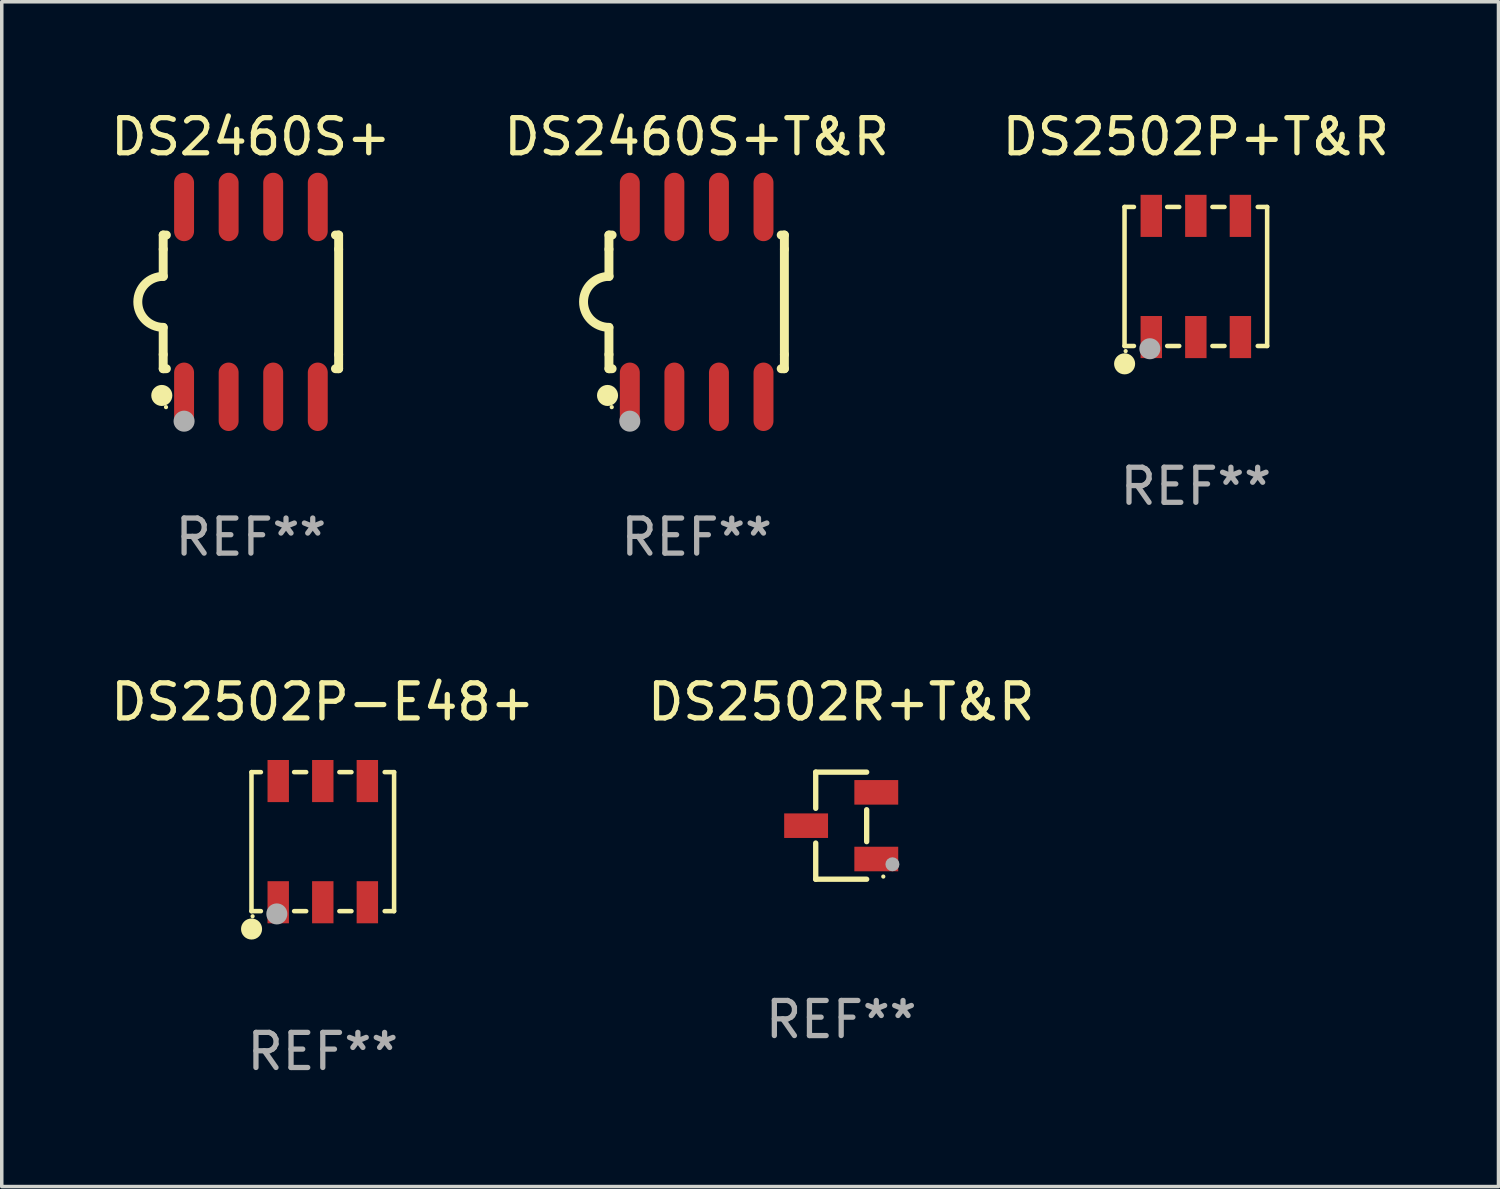
<source format=kicad_pcb>
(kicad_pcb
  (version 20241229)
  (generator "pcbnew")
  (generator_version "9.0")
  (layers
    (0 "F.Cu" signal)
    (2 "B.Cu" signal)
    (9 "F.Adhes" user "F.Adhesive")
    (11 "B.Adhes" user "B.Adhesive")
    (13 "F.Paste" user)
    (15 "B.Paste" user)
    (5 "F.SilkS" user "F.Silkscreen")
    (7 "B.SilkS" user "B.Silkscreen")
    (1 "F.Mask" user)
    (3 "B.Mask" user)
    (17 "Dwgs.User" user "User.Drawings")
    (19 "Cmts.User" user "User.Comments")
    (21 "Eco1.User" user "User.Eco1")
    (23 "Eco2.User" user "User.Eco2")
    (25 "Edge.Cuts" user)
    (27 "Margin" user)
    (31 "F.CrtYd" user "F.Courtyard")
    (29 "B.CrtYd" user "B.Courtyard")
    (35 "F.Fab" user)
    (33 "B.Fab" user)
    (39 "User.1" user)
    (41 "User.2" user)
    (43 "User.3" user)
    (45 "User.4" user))
  (footprint "DS2502P+T&R"
    (layer "F.Cu")
    (at 31.03 4.829)
    (property "Reference" "DS2502P+T&R" (at 0 -3.981 0) (layer "F.SilkS") (effects (font (size 1 1) (thickness 0.15))))
    (attr through_hole)
    (fp_line (start -2.032 -1.981) (end -2.032 1.981) (stroke (width 0.129) (type solid)) (layer "F.SilkS"))
    (fp_line (start -1.764 -1.981) (end -2.032 -1.981) (stroke (width 0.129) (type solid)) (layer "F.SilkS"))
    (fp_line (start -1.764 1.981) (end -2.032 1.981) (stroke (width 0.129) (type solid)) (layer "F.SilkS"))
    (fp_line (start -0.473 -1.981) (end -0.817 -1.981) (stroke (width 0.129) (type solid)) (layer "F.SilkS"))
    (fp_line (start -0.473 1.981) (end -0.817 1.981) (stroke (width 0.129) (type solid)) (layer "F.SilkS"))
    (fp_line (start 0.817 -1.981) (end 0.473 -1.981) (stroke (width 0.129) (type solid)) (layer "F.SilkS"))
    (fp_line (start 0.817 1.981) (end 0.473 1.981) (stroke (width 0.129) (type solid)) (layer "F.SilkS"))
    (fp_line (start 2.032 -1.981) (end 1.764 -1.981) (stroke (width 0.129) (type solid)) (layer "F.SilkS"))
    (fp_line (start 2.032 1.981) (end 1.764 1.981) (stroke (width 0.129) (type solid)) (layer "F.SilkS"))
    (fp_line (start 2.032 1.981) (end 2.032 -1.981) (stroke (width 0.129) (type solid)) (layer "F.SilkS"))
    (fp_circle (center -2.03 2.49) (end -1.88 2.49) (stroke (width 0.3) (type solid)) (fill no) (layer "F.SilkS"))
    (fp_circle (center -2 2.127) (end -1.97 2.127) (stroke (width 0.06) (type solid)) (fill no) (layer "F.SilkS"))
    (fp_circle (center -1.31 2.06) (end -1.16 2.06) (stroke (width 0.3) (type solid)) (fill no) (layer "F.Fab"))
    (fp_text user "REF**" (at 0 5.981 0) (layer "F.Fab") (effects (font (size 1 1) (thickness 0.15))))
    (pad "1" smd rect (at -1.27 1.727) (size 0.61 1.2) (layers "F.Cu" "F.Mask" "F.Paste"))
    (pad "2" smd rect (at 0 1.727) (size 0.61 1.2) (layers "F.Cu" "F.Mask" "F.Paste"))
    (pad "3" smd rect (at 1.27 1.727) (size 0.61 1.2) (layers "F.Cu" "F.Mask" "F.Paste"))
    (pad "4" smd rect (at 1.27 -1.727) (size 0.61 1.2) (layers "F.Cu" "F.Mask" "F.Paste"))
    (pad "5" smd rect (at 0 -1.727) (size 0.61 1.2) (layers "F.Cu" "F.Mask" "F.Paste"))
    (pad "6" smd rect (at -1.27 -1.727) (size 0.61 1.2) (layers "F.Cu" "F.Mask" "F.Paste")))
  (footprint "DS2502R+T&R"
    (layer "F.Cu")
    (at 20.923 20.481)
    (property "Reference" "DS2502R+T&R" (at 0 -3.526 0) (layer "F.SilkS") (effects (font (size 1 1) (thickness 0.15))))
    (attr through_hole)
    (fp_line (start -0.726 -1.526) (end -0.726 -0.495) (stroke (width 0.152) (type solid)) (layer "F.SilkS"))
    (fp_line (start -0.726 1.526) (end -0.726 0.495) (stroke (width 0.152) (type solid)) (layer "F.SilkS"))
    (fp_line (start 0.726 -1.526) (end -0.726 -1.526) (stroke (width 0.152) (type solid)) (layer "F.SilkS"))
    (fp_line (start 0.726 -0.455) (end 0.726 0.455) (stroke (width 0.152) (type solid)) (layer "F.SilkS"))
    (fp_line (start 0.726 1.526) (end -0.726 1.526) (stroke (width 0.152) (type solid)) (layer "F.SilkS"))
    (fp_circle (center 1.2 1.45) (end 1.23 1.45) (stroke (width 0.06) (type solid)) (fill no) (layer "F.SilkS"))
    (fp_circle (center 1.46 1.1) (end 1.56 1.1) (stroke (width 0.2) (type solid)) (fill no) (layer "F.Fab"))
    (fp_text user "REF**" (at 0 5.526 0) (layer "F.Fab") (effects (font (size 1 1) (thickness 0.15))))
    (pad "1" smd rect (at 1 0.95) (size 1.25 0.7) (layers "F.Cu" "F.Mask" "F.Paste"))
    (pad "2" smd rect (at 1 -0.95) (size 1.25 0.7) (layers "F.Cu" "F.Mask" "F.Paste"))
    (pad "3" smd rect (at -1 0) (size 1.25 0.7) (layers "F.Cu" "F.Mask" "F.Paste")))
  (footprint "DS2502P-E48+"
    (layer "F.Cu")
    (at 6.149 20.936)
    (property "Reference" "DS2502P-E48+" (at 0 -3.981 0) (layer "F.SilkS") (effects (font (size 1 1) (thickness 0.15))))
    (attr through_hole)
    (fp_line (start -2.032 -1.981) (end -2.032 1.981) (stroke (width 0.129) (type solid)) (layer "F.SilkS"))
    (fp_line (start -1.764 -1.981) (end -2.032 -1.981) (stroke (width 0.129) (type solid)) (layer "F.SilkS"))
    (fp_line (start -1.764 1.981) (end -2.032 1.981) (stroke (width 0.129) (type solid)) (layer "F.SilkS"))
    (fp_line (start -0.473 -1.981) (end -0.817 -1.981) (stroke (width 0.129) (type solid)) (layer "F.SilkS"))
    (fp_line (start -0.473 1.981) (end -0.817 1.981) (stroke (width 0.129) (type solid)) (layer "F.SilkS"))
    (fp_line (start 0.817 -1.981) (end 0.473 -1.981) (stroke (width 0.129) (type solid)) (layer "F.SilkS"))
    (fp_line (start 0.817 1.981) (end 0.473 1.981) (stroke (width 0.129) (type solid)) (layer "F.SilkS"))
    (fp_line (start 2.032 -1.981) (end 1.764 -1.981) (stroke (width 0.129) (type solid)) (layer "F.SilkS"))
    (fp_line (start 2.032 1.981) (end 1.764 1.981) (stroke (width 0.129) (type solid)) (layer "F.SilkS"))
    (fp_line (start 2.032 1.981) (end 2.032 -1.981) (stroke (width 0.129) (type solid)) (layer "F.SilkS"))
    (fp_circle (center -2.03 2.49) (end -1.88 2.49) (stroke (width 0.3) (type solid)) (fill no) (layer "F.SilkS"))
    (fp_circle (center -2 2.127) (end -1.97 2.127) (stroke (width 0.06) (type solid)) (fill no) (layer "F.SilkS"))
    (fp_circle (center -1.31 2.06) (end -1.16 2.06) (stroke (width 0.3) (type solid)) (fill no) (layer "F.Fab"))
    (fp_text user "REF**" (at 0 5.981 0) (layer "F.Fab") (effects (font (size 1 1) (thickness 0.15))))
    (pad "1" smd rect (at -1.27 1.727) (size 0.61 1.2) (layers "F.Cu" "F.Mask" "F.Paste"))
    (pad "2" smd rect (at 0 1.727) (size 0.61 1.2) (layers "F.Cu" "F.Mask" "F.Paste"))
    (pad "3" smd rect (at 1.27 1.727) (size 0.61 1.2) (layers "F.Cu" "F.Mask" "F.Paste"))
    (pad "4" smd rect (at 1.27 -1.727) (size 0.61 1.2) (layers "F.Cu" "F.Mask" "F.Paste"))
    (pad "5" smd rect (at 0 -1.727) (size 0.61 1.2) (layers "F.Cu" "F.Mask" "F.Paste"))
    (pad "6" smd rect (at -1.27 -1.727) (size 0.61 1.2) (layers "F.Cu" "F.Mask" "F.Paste")))
  (footprint "DS2460S+"
    (layer "F.Cu")
    (at 4.101 5.553)
    (property "Reference" "DS2460S+" (at 0 -4.705 0) (layer "F.SilkS") (effects (font (size 1 1) (thickness 0.15))))
    (attr through_hole)
    (fp_line (start -2.5 -1.905) (end -2.409 -1.905) (stroke (width 0.254) (type solid)) (layer "F.SilkS"))
    (fp_line (start -2.5 -1.5) (end -2.5 -1.905) (stroke (width 0.254) (type solid)) (layer "F.SilkS"))
    (fp_line (start -2.5 -1.5) (end -2.5 -0.726) (stroke (width 0.254) (type solid)) (layer "F.SilkS"))
    (fp_line (start -2.5 1.5) (end -2.5 0.727) (stroke (width 0.254) (type solid)) (layer "F.SilkS"))
    (fp_line (start -2.5 1.5) (end -2.5 1.905) (stroke (width 0.254) (type solid)) (layer "F.SilkS"))
    (fp_line (start -2.5 1.905) (end -2.409 1.905) (stroke (width 0.254) (type solid)) (layer "F.SilkS"))
    (fp_line (start 2.5 -1.905) (end 2.409 -1.905) (stroke (width 0.254) (type solid)) (layer "F.SilkS"))
    (fp_line (start 2.5 -1.5) (end 2.5 -1.905) (stroke (width 0.254) (type solid)) (layer "F.SilkS"))
    (fp_line (start 2.5 -1.5) (end 2.5 1.5) (stroke (width 0.254) (type solid)) (layer "F.SilkS"))
    (fp_line (start 2.5 1.5) (end 2.5 1.905) (stroke (width 0.254) (type solid)) (layer "F.SilkS"))
    (fp_line (start 2.5 1.905) (end 2.409 1.905) (stroke (width 0.254) (type solid)) (layer "F.SilkS"))
    (fp_arc (start -2.5 0.726568) (mid -3.220316 -0.0023) (end -2.495097 -0.726289) (stroke (width 0.254001) (type solid)) (layer "F.SilkS"))
    (fp_circle (center -2.54 2.667) (end -2.39 2.667) (stroke (width 0.3) (type solid)) (fill no) (layer "F.SilkS"))
    (fp_circle (center -2.42 3) (end -2.39 3) (stroke (width 0.06) (type solid)) (fill no) (layer "F.SilkS"))
    (fp_circle (center -1.905 3.4) (end -1.755 3.4) (stroke (width 0.3) (type solid)) (fill no) (layer "F.Fab"))
    (fp_text user "REF**" (at 0 6.705 0) (layer "F.Fab") (effects (font (size 1 1) (thickness 0.15))))
    (pad "1" smd oval (at -1.905 2.705) (size 0.568 1.95) (layers "F.Cu" "F.Mask" "F.Paste"))
    (pad "2" smd oval (at -0.635 2.705) (size 0.568 1.95) (layers "F.Cu" "F.Mask" "F.Paste"))
    (pad "3" smd oval (at 0.635 2.705) (size 0.568 1.95) (layers "F.Cu" "F.Mask" "F.Paste"))
    (pad "4" smd oval (at 1.905 2.705) (size 0.568 1.95) (layers "F.Cu" "F.Mask" "F.Paste"))
    (pad "5" smd oval (at 1.905 -2.705) (size 0.568 1.95) (layers "F.Cu" "F.Mask" "F.Paste"))
    (pad "6" smd oval (at 0.635 -2.705) (size 0.568 1.95) (layers "F.Cu" "F.Mask" "F.Paste"))
    (pad "7" smd oval (at -0.635 -2.705) (size 0.568 1.95) (layers "F.Cu" "F.Mask" "F.Paste"))
    (pad "8" smd oval (at -1.905 -2.705) (size 0.568 1.95) (layers "F.Cu" "F.Mask" "F.Paste")))
  (footprint "DS2460S+T&R"
    (layer "F.Cu")
    (at 16.804 5.553)
    (property "Reference" "DS2460S+T&R" (at 0 -4.705 0) (layer "F.SilkS") (effects (font (size 1 1) (thickness 0.15))))
    (attr through_hole)
    (fp_line (start -2.5 -1.905) (end -2.409 -1.905) (stroke (width 0.254) (type solid)) (layer "F.SilkS"))
    (fp_line (start -2.5 -1.5) (end -2.5 -1.905) (stroke (width 0.254) (type solid)) (layer "F.SilkS"))
    (fp_line (start -2.5 -1.5) (end -2.5 -0.726) (stroke (width 0.254) (type solid)) (layer "F.SilkS"))
    (fp_line (start -2.5 1.5) (end -2.5 0.727) (stroke (width 0.254) (type solid)) (layer "F.SilkS"))
    (fp_line (start -2.5 1.5) (end -2.5 1.905) (stroke (width 0.254) (type solid)) (layer "F.SilkS"))
    (fp_line (start -2.5 1.905) (end -2.409 1.905) (stroke (width 0.254) (type solid)) (layer "F.SilkS"))
    (fp_line (start 2.5 -1.905) (end 2.409 -1.905) (stroke (width 0.254) (type solid)) (layer "F.SilkS"))
    (fp_line (start 2.5 -1.5) (end 2.5 -1.905) (stroke (width 0.254) (type solid)) (layer "F.SilkS"))
    (fp_line (start 2.5 -1.5) (end 2.5 1.5) (stroke (width 0.254) (type solid)) (layer "F.SilkS"))
    (fp_line (start 2.5 1.5) (end 2.5 1.905) (stroke (width 0.254) (type solid)) (layer "F.SilkS"))
    (fp_line (start 2.5 1.905) (end 2.409 1.905) (stroke (width 0.254) (type solid)) (layer "F.SilkS"))
    (fp_arc (start -2.5 0.726568) (mid -3.220316 -0.0023) (end -2.495097 -0.726289) (stroke (width 0.254001) (type solid)) (layer "F.SilkS"))
    (fp_circle (center -2.54 2.667) (end -2.39 2.667) (stroke (width 0.3) (type solid)) (fill no) (layer "F.SilkS"))
    (fp_circle (center -2.42 3) (end -2.39 3) (stroke (width 0.06) (type solid)) (fill no) (layer "F.SilkS"))
    (fp_circle (center -1.905 3.4) (end -1.755 3.4) (stroke (width 0.3) (type solid)) (fill no) (layer "F.Fab"))
    (fp_text user "REF**" (at 0 6.705 0) (layer "F.Fab") (effects (font (size 1 1) (thickness 0.15))))
    (pad "1" smd oval (at -1.905 2.705) (size 0.568 1.95) (layers "F.Cu" "F.Mask" "F.Paste"))
    (pad "2" smd oval (at -0.635 2.705) (size 0.568 1.95) (layers "F.Cu" "F.Mask" "F.Paste"))
    (pad "3" smd oval (at 0.635 2.705) (size 0.568 1.95) (layers "F.Cu" "F.Mask" "F.Paste"))
    (pad "4" smd oval (at 1.905 2.705) (size 0.568 1.95) (layers "F.Cu" "F.Mask" "F.Paste"))
    (pad "5" smd oval (at 1.905 -2.705) (size 0.568 1.95) (layers "F.Cu" "F.Mask" "F.Paste"))
    (pad "6" smd oval (at 0.635 -2.705) (size 0.568 1.95) (layers "F.Cu" "F.Mask" "F.Paste"))
    (pad "7" smd oval (at -0.635 -2.705) (size 0.568 1.95) (layers "F.Cu" "F.Mask" "F.Paste"))
    (pad "8" smd oval (at -1.905 -2.705) (size 0.568 1.95) (layers "F.Cu" "F.Mask" "F.Paste")))
  (gr_rect
    (start -3 -3)
    (end 39.655 30.766)
    (stroke (width 0.1) (type default))
    (fill no)
    (layer "Edge.Cuts")))
</source>
